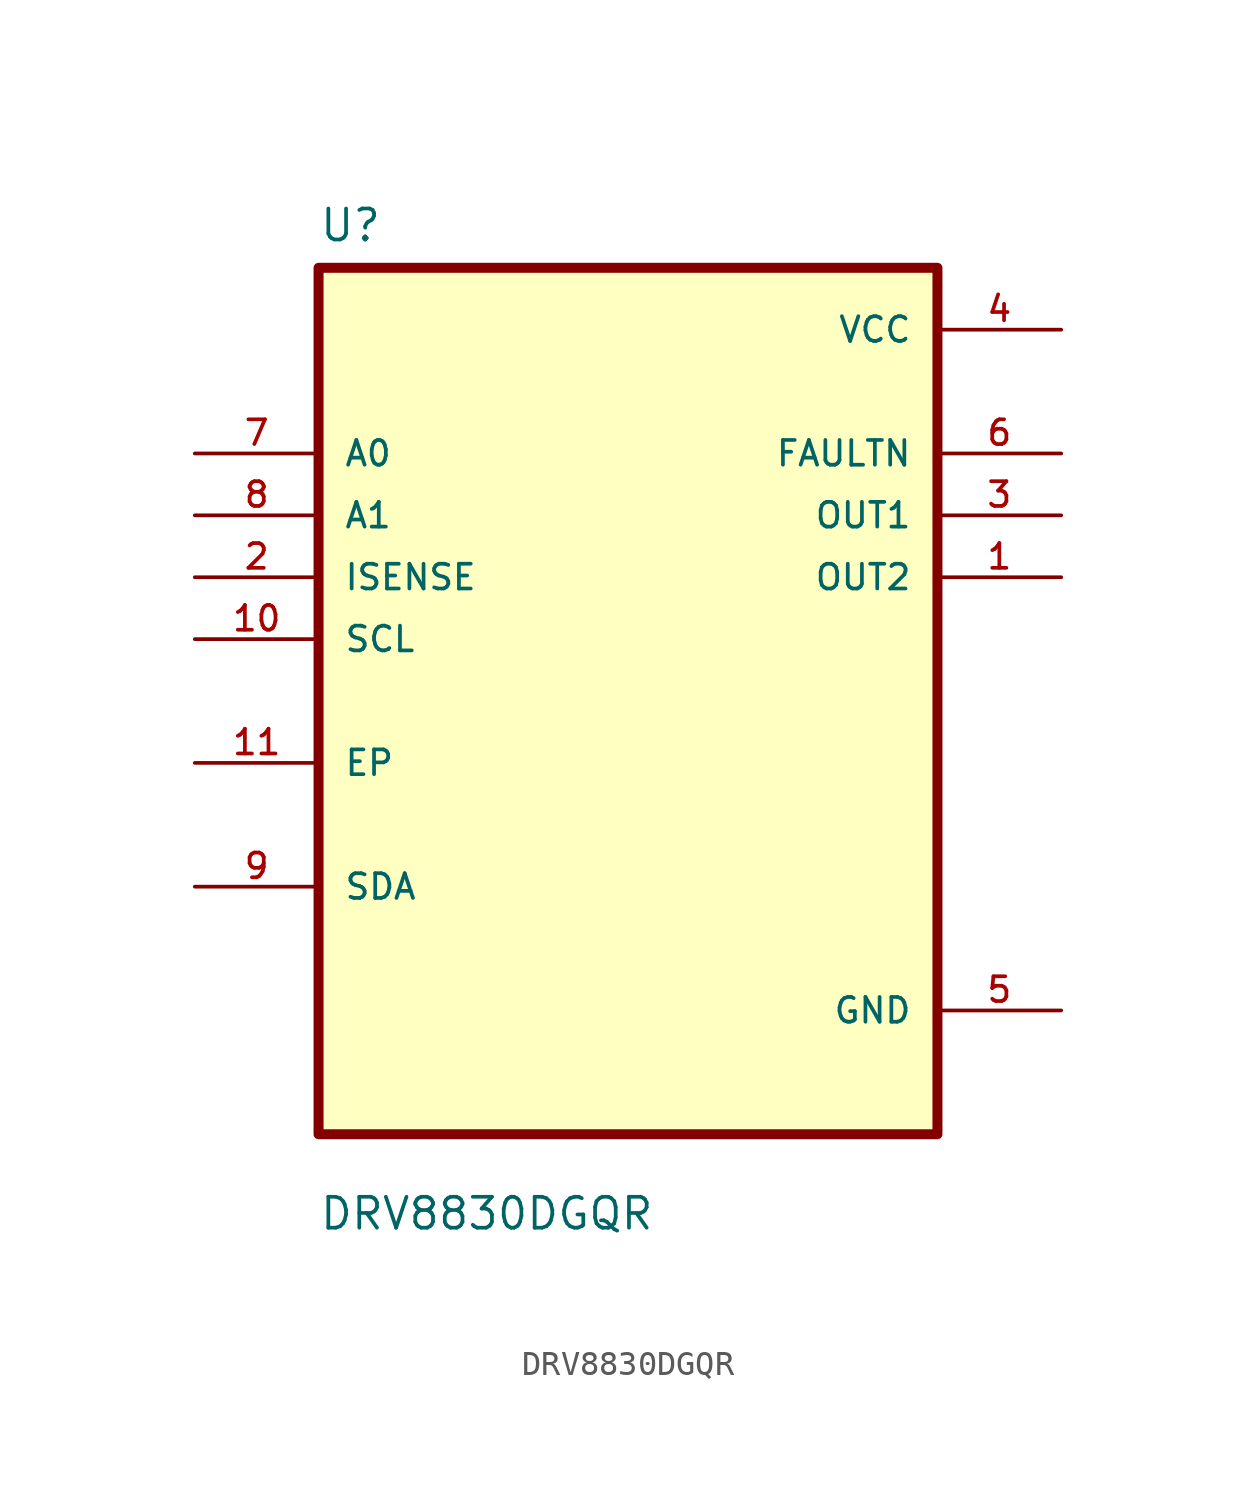
<source format=kicad_sym>
(kicad_symbol_lib
  (version 20211014)
  (generator kicad_symbol_editor)
  (symbol "DRV8830DGQR"
    (pin_names
      (offset 1.016))
    (property "Reference" "U"
      (at -12.7 18.78 0.0)
      (effects (font (size 1.27 1.27)) (justify bottom left)))
    (property "Value" "DRV8830DGQR"
      (at -12.7 -21.78 0.0)
      (effects (font (size 1.27 1.27)) (justify bottom left)))
    (symbol "DRV8830DGQR_0_0"
      (rectangle (start -12.7 -17.78) (end 12.7 17.78) (stroke (width 0.41)) (fill (type background)))
      (pin input line (at -17.78 10.16 0) (length 5.08) (name "A0" (effects (font (size 1.016 1.016)))) (number "7" (effects (font (size 1.016 1.016)))))
      (pin input line (at -17.78 7.62 0) (length 5.08) (name "A1" (effects (font (size 1.016 1.016)))) (number "8" (effects (font (size 1.016 1.016)))))
      (pin input line (at -17.78 5.08 0) (length 5.08) (name "ISENSE" (effects (font (size 1.016 1.016)))) (number "2" (effects (font (size 1.016 1.016)))))
      (pin input line (at -17.78 2.54 0) (length 5.08) (name "SCL" (effects (font (size 1.016 1.016)))) (number "10" (effects (font (size 1.016 1.016)))))
      (pin bidirectional line (at -17.78 -2.54 0) (length 5.08) (name "EP" (effects (font (size 1.016 1.016)))) (number "11" (effects (font (size 1.016 1.016)))))
      (pin bidirectional line (at -17.78 -7.62 0) (length 5.08) (name "SDA" (effects (font (size 1.016 1.016)))) (number "9" (effects (font (size 1.016 1.016)))))
      (pin power_in line (at 17.78 15.24 180.0) (length 5.08) (name "VCC" (effects (font (size 1.016 1.016)))) (number "4" (effects (font (size 1.016 1.016)))))
      (pin output line (at 17.78 10.16 180.0) (length 5.08) (name "FAULTN" (effects (font (size 1.016 1.016)))) (number "6" (effects (font (size 1.016 1.016)))))
      (pin output line (at 17.78 7.62 180.0) (length 5.08) (name "OUT1" (effects (font (size 1.016 1.016)))) (number "3" (effects (font (size 1.016 1.016)))))
      (pin output line (at 17.78 5.08 180.0) (length 5.08) (name "OUT2" (effects (font (size 1.016 1.016)))) (number "1" (effects (font (size 1.016 1.016)))))
      (pin power_in line (at 17.78 -12.7 180.0) (length 5.08) (name "GND" (effects (font (size 1.016 1.016)))) (number "5" (effects (font (size 1.016 1.016))))))))
</source>
